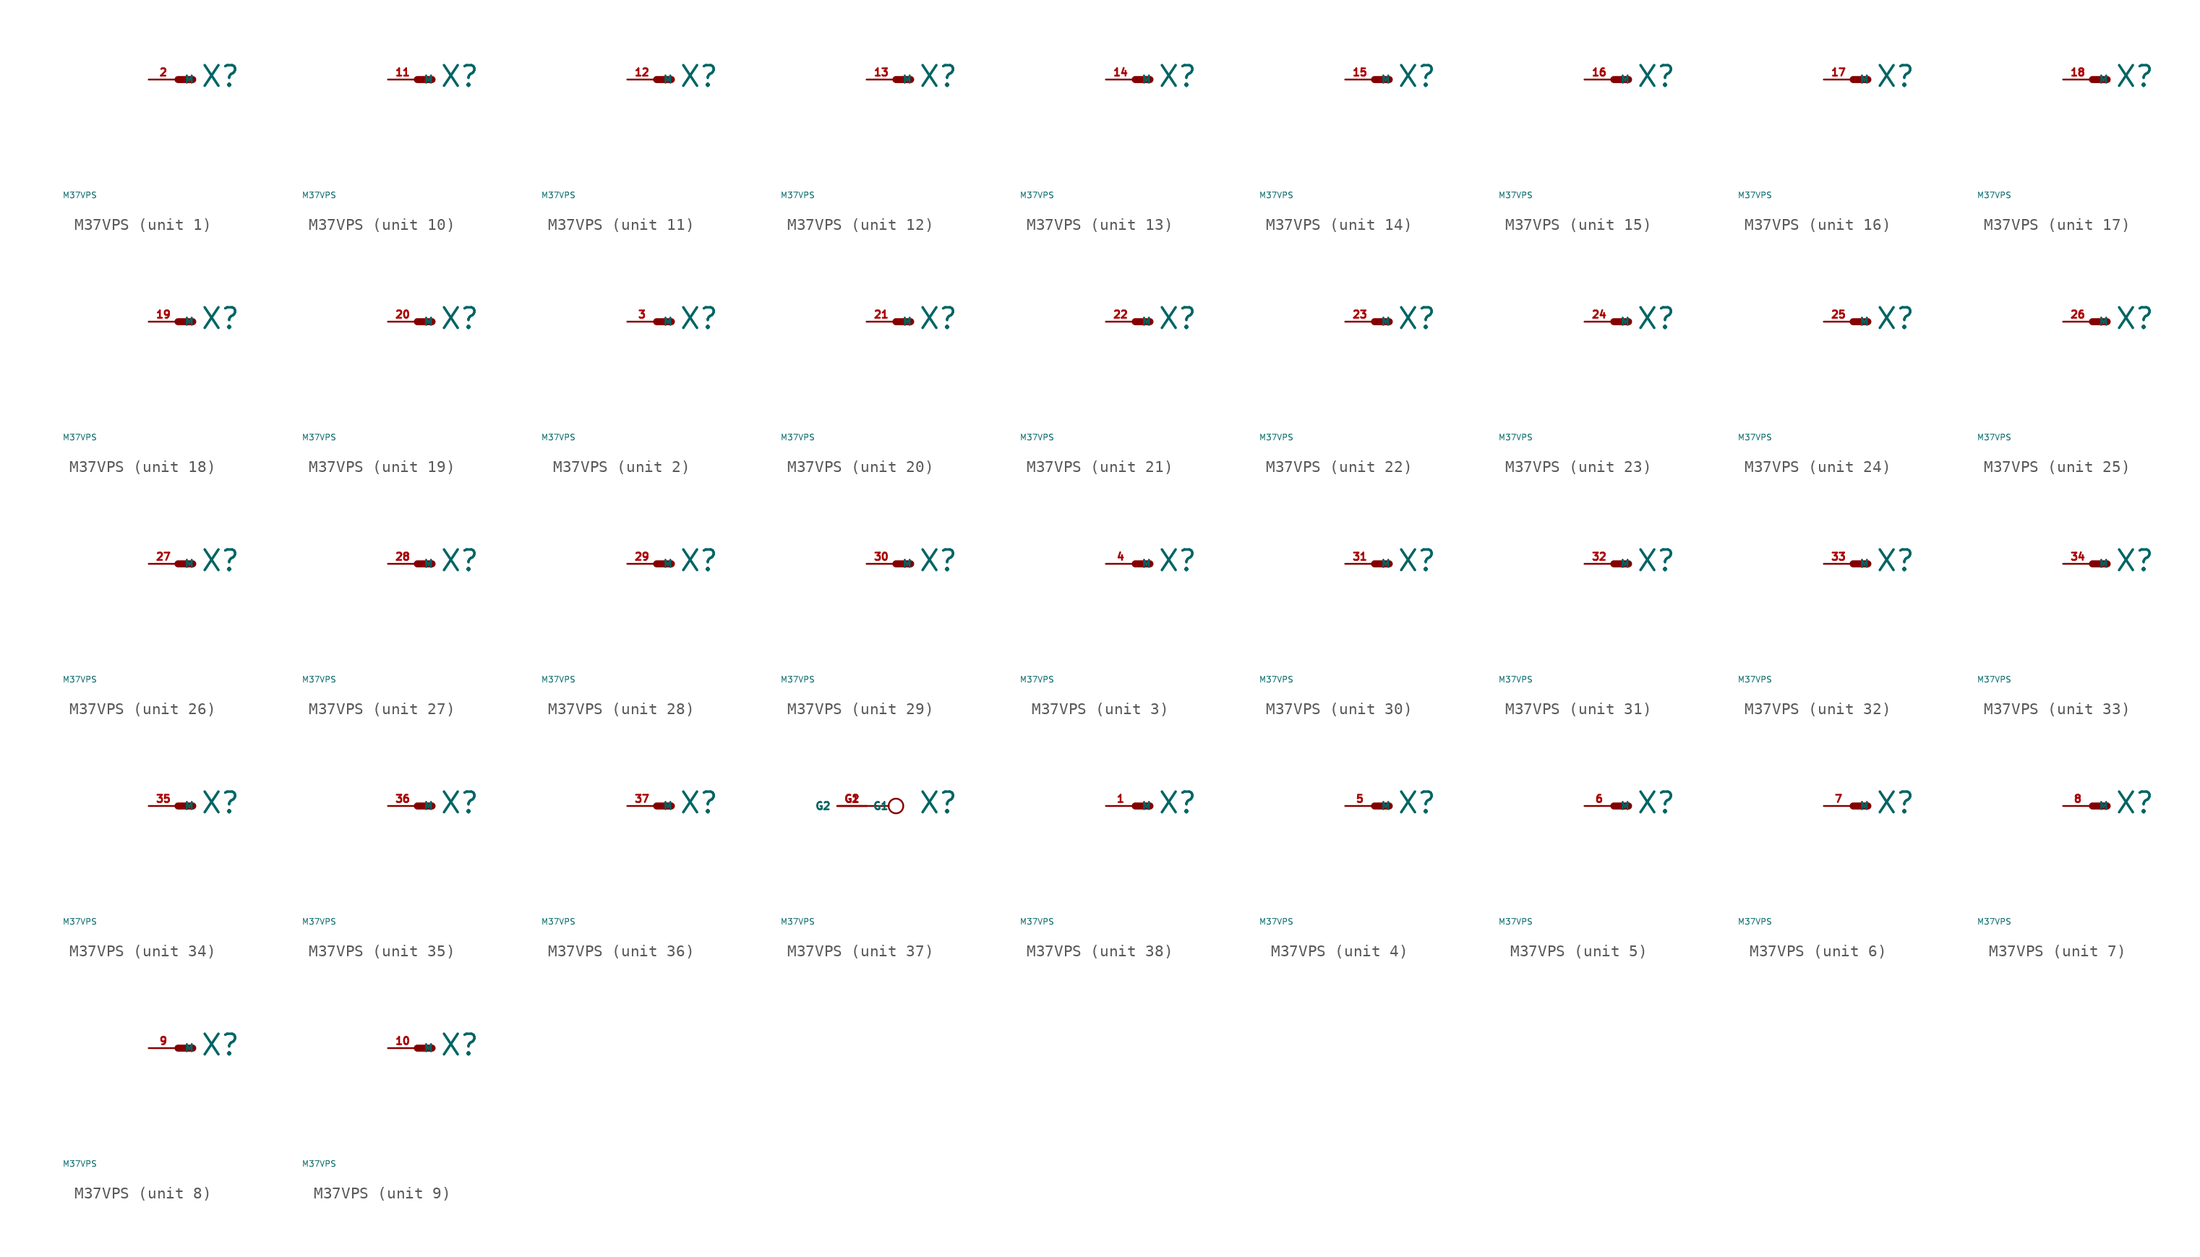
<source format=kicad_sym>
(kicad_symbol_lib
  (version 20220914)
  (generator Eagle2Kicad)
  (symbol "M37VPS"
    (property "Reference" "X"
      (at 1.905 -0.762 0)
      (effects (font (size 1.778 1.778) (thickness 0.22)) (justify left bottom)))
    (property "Value" "M37VPS"
      (at -10 -10 0)
      (effects (font (size 0.5 0.5) (thickness 0.06)) (justify left)))
    (symbol "M37VPS_1_0"
      (polyline (pts (xy 0 0) (xy 1.27 0)) (stroke (width 0.61) (type default)) (fill (type none)))
      (pin passive line (at -2.54 0 0) (length 2.54) (name "M" (effects (font (size 0.635 0.635) (thickness 0.08)) (justify left bottom))) (number "2" (effects (font (size 0.635 0.635) (thickness 0.08)) (justify left bottom)))))
    (symbol "M37VPS_2_0"
      (polyline (pts (xy 0 0) (xy 1.27 0)) (stroke (width 0.61) (type default)) (fill (type none)))
      (pin passive line (at -2.54 0 0) (length 2.54) (name "M" (effects (font (size 0.635 0.635) (thickness 0.08)) (justify left bottom))) (number "3" (effects (font (size 0.635 0.635) (thickness 0.08)) (justify left bottom)))))
    (symbol "M37VPS_3_0"
      (polyline (pts (xy 0 0) (xy 1.27 0)) (stroke (width 0.61) (type default)) (fill (type none)))
      (pin passive line (at -2.54 0 0) (length 2.54) (name "M" (effects (font (size 0.635 0.635) (thickness 0.08)) (justify left bottom))) (number "4" (effects (font (size 0.635 0.635) (thickness 0.08)) (justify left bottom)))))
    (symbol "M37VPS_4_0"
      (polyline (pts (xy 0 0) (xy 1.27 0)) (stroke (width 0.61) (type default)) (fill (type none)))
      (pin passive line (at -2.54 0 0) (length 2.54) (name "M" (effects (font (size 0.635 0.635) (thickness 0.08)) (justify left bottom))) (number "5" (effects (font (size 0.635 0.635) (thickness 0.08)) (justify left bottom)))))
    (symbol "M37VPS_5_0"
      (polyline (pts (xy 0 0) (xy 1.27 0)) (stroke (width 0.61) (type default)) (fill (type none)))
      (pin passive line (at -2.54 0 0) (length 2.54) (name "M" (effects (font (size 0.635 0.635) (thickness 0.08)) (justify left bottom))) (number "6" (effects (font (size 0.635 0.635) (thickness 0.08)) (justify left bottom)))))
    (symbol "M37VPS_6_0"
      (polyline (pts (xy 0 0) (xy 1.27 0)) (stroke (width 0.61) (type default)) (fill (type none)))
      (pin passive line (at -2.54 0 0) (length 2.54) (name "M" (effects (font (size 0.635 0.635) (thickness 0.08)) (justify left bottom))) (number "7" (effects (font (size 0.635 0.635) (thickness 0.08)) (justify left bottom)))))
    (symbol "M37VPS_7_0"
      (polyline (pts (xy 0 0) (xy 1.27 0)) (stroke (width 0.61) (type default)) (fill (type none)))
      (pin passive line (at -2.54 0 0) (length 2.54) (name "M" (effects (font (size 0.635 0.635) (thickness 0.08)) (justify left bottom))) (number "8" (effects (font (size 0.635 0.635) (thickness 0.08)) (justify left bottom)))))
    (symbol "M37VPS_8_0"
      (polyline (pts (xy 0 0) (xy 1.27 0)) (stroke (width 0.61) (type default)) (fill (type none)))
      (pin passive line (at -2.54 0 0) (length 2.54) (name "M" (effects (font (size 0.635 0.635) (thickness 0.08)) (justify left bottom))) (number "9" (effects (font (size 0.635 0.635) (thickness 0.08)) (justify left bottom)))))
    (symbol "M37VPS_9_0"
      (polyline (pts (xy 0 0) (xy 1.27 0)) (stroke (width 0.61) (type default)) (fill (type none)))
      (pin passive line (at -2.54 0 0) (length 2.54) (name "M" (effects (font (size 0.635 0.635) (thickness 0.08)) (justify left bottom))) (number "10" (effects (font (size 0.635 0.635) (thickness 0.08)) (justify left bottom)))))
    (symbol "M37VPS_10_0"
      (polyline (pts (xy 0 0) (xy 1.27 0)) (stroke (width 0.61) (type default)) (fill (type none)))
      (pin passive line (at -2.54 0 0) (length 2.54) (name "M" (effects (font (size 0.635 0.635) (thickness 0.08)) (justify left bottom))) (number "11" (effects (font (size 0.635 0.635) (thickness 0.08)) (justify left bottom)))))
    (symbol "M37VPS_11_0"
      (polyline (pts (xy 0 0) (xy 1.27 0)) (stroke (width 0.61) (type default)) (fill (type none)))
      (pin passive line (at -2.54 0 0) (length 2.54) (name "M" (effects (font (size 0.635 0.635) (thickness 0.08)) (justify left bottom))) (number "12" (effects (font (size 0.635 0.635) (thickness 0.08)) (justify left bottom)))))
    (symbol "M37VPS_12_0"
      (polyline (pts (xy 0 0) (xy 1.27 0)) (stroke (width 0.61) (type default)) (fill (type none)))
      (pin passive line (at -2.54 0 0) (length 2.54) (name "M" (effects (font (size 0.635 0.635) (thickness 0.08)) (justify left bottom))) (number "13" (effects (font (size 0.635 0.635) (thickness 0.08)) (justify left bottom)))))
    (symbol "M37VPS_13_0"
      (polyline (pts (xy 0 0) (xy 1.27 0)) (stroke (width 0.61) (type default)) (fill (type none)))
      (pin passive line (at -2.54 0 0) (length 2.54) (name "M" (effects (font (size 0.635 0.635) (thickness 0.08)) (justify left bottom))) (number "14" (effects (font (size 0.635 0.635) (thickness 0.08)) (justify left bottom)))))
    (symbol "M37VPS_14_0"
      (polyline (pts (xy 0 0) (xy 1.27 0)) (stroke (width 0.61) (type default)) (fill (type none)))
      (pin passive line (at -2.54 0 0) (length 2.54) (name "M" (effects (font (size 0.635 0.635) (thickness 0.08)) (justify left bottom))) (number "15" (effects (font (size 0.635 0.635) (thickness 0.08)) (justify left bottom)))))
    (symbol "M37VPS_15_0"
      (polyline (pts (xy 0 0) (xy 1.27 0)) (stroke (width 0.61) (type default)) (fill (type none)))
      (pin passive line (at -2.54 0 0) (length 2.54) (name "M" (effects (font (size 0.635 0.635) (thickness 0.08)) (justify left bottom))) (number "16" (effects (font (size 0.635 0.635) (thickness 0.08)) (justify left bottom)))))
    (symbol "M37VPS_16_0"
      (polyline (pts (xy 0 0) (xy 1.27 0)) (stroke (width 0.61) (type default)) (fill (type none)))
      (pin passive line (at -2.54 0 0) (length 2.54) (name "M" (effects (font (size 0.635 0.635) (thickness 0.08)) (justify left bottom))) (number "17" (effects (font (size 0.635 0.635) (thickness 0.08)) (justify left bottom)))))
    (symbol "M37VPS_17_0"
      (polyline (pts (xy 0 0) (xy 1.27 0)) (stroke (width 0.61) (type default)) (fill (type none)))
      (pin passive line (at -2.54 0 0) (length 2.54) (name "M" (effects (font (size 0.635 0.635) (thickness 0.08)) (justify left bottom))) (number "18" (effects (font (size 0.635 0.635) (thickness 0.08)) (justify left bottom)))))
    (symbol "M37VPS_18_0"
      (polyline (pts (xy 0 0) (xy 1.27 0)) (stroke (width 0.61) (type default)) (fill (type none)))
      (pin passive line (at -2.54 0 0) (length 2.54) (name "M" (effects (font (size 0.635 0.635) (thickness 0.08)) (justify left bottom))) (number "19" (effects (font (size 0.635 0.635) (thickness 0.08)) (justify left bottom)))))
    (symbol "M37VPS_19_0"
      (polyline (pts (xy 0 0) (xy 1.27 0)) (stroke (width 0.61) (type default)) (fill (type none)))
      (pin passive line (at -2.54 0 0) (length 2.54) (name "M" (effects (font (size 0.635 0.635) (thickness 0.08)) (justify left bottom))) (number "20" (effects (font (size 0.635 0.635) (thickness 0.08)) (justify left bottom)))))
    (symbol "M37VPS_20_0"
      (polyline (pts (xy 0 0) (xy 1.27 0)) (stroke (width 0.61) (type default)) (fill (type none)))
      (pin passive line (at -2.54 0 0) (length 2.54) (name "M" (effects (font (size 0.635 0.635) (thickness 0.08)) (justify left bottom))) (number "21" (effects (font (size 0.635 0.635) (thickness 0.08)) (justify left bottom)))))
    (symbol "M37VPS_21_0"
      (polyline (pts (xy 0 0) (xy 1.27 0)) (stroke (width 0.61) (type default)) (fill (type none)))
      (pin passive line (at -2.54 0 0) (length 2.54) (name "M" (effects (font (size 0.635 0.635) (thickness 0.08)) (justify left bottom))) (number "22" (effects (font (size 0.635 0.635) (thickness 0.08)) (justify left bottom)))))
    (symbol "M37VPS_22_0"
      (polyline (pts (xy 0 0) (xy 1.27 0)) (stroke (width 0.61) (type default)) (fill (type none)))
      (pin passive line (at -2.54 0 0) (length 2.54) (name "M" (effects (font (size 0.635 0.635) (thickness 0.08)) (justify left bottom))) (number "23" (effects (font (size 0.635 0.635) (thickness 0.08)) (justify left bottom)))))
    (symbol "M37VPS_23_0"
      (polyline (pts (xy 0 0) (xy 1.27 0)) (stroke (width 0.61) (type default)) (fill (type none)))
      (pin passive line (at -2.54 0 0) (length 2.54) (name "M" (effects (font (size 0.635 0.635) (thickness 0.08)) (justify left bottom))) (number "24" (effects (font (size 0.635 0.635) (thickness 0.08)) (justify left bottom)))))
    (symbol "M37VPS_24_0"
      (polyline (pts (xy 0 0) (xy 1.27 0)) (stroke (width 0.61) (type default)) (fill (type none)))
      (pin passive line (at -2.54 0 0) (length 2.54) (name "M" (effects (font (size 0.635 0.635) (thickness 0.08)) (justify left bottom))) (number "25" (effects (font (size 0.635 0.635) (thickness 0.08)) (justify left bottom)))))
    (symbol "M37VPS_25_0"
      (polyline (pts (xy 0 0) (xy 1.27 0)) (stroke (width 0.61) (type default)) (fill (type none)))
      (pin passive line (at -2.54 0 0) (length 2.54) (name "M" (effects (font (size 0.635 0.635) (thickness 0.08)) (justify left bottom))) (number "26" (effects (font (size 0.635 0.635) (thickness 0.08)) (justify left bottom)))))
    (symbol "M37VPS_26_0"
      (polyline (pts (xy 0 0) (xy 1.27 0)) (stroke (width 0.61) (type default)) (fill (type none)))
      (pin passive line (at -2.54 0 0) (length 2.54) (name "M" (effects (font (size 0.635 0.635) (thickness 0.08)) (justify left bottom))) (number "27" (effects (font (size 0.635 0.635) (thickness 0.08)) (justify left bottom)))))
    (symbol "M37VPS_27_0"
      (polyline (pts (xy 0 0) (xy 1.27 0)) (stroke (width 0.61) (type default)) (fill (type none)))
      (pin passive line (at -2.54 0 0) (length 2.54) (name "M" (effects (font (size 0.635 0.635) (thickness 0.08)) (justify left bottom))) (number "28" (effects (font (size 0.635 0.635) (thickness 0.08)) (justify left bottom)))))
    (symbol "M37VPS_28_0"
      (polyline (pts (xy 0 0) (xy 1.27 0)) (stroke (width 0.61) (type default)) (fill (type none)))
      (pin passive line (at -2.54 0 0) (length 2.54) (name "M" (effects (font (size 0.635 0.635) (thickness 0.08)) (justify left bottom))) (number "29" (effects (font (size 0.635 0.635) (thickness 0.08)) (justify left bottom)))))
    (symbol "M37VPS_29_0"
      (polyline (pts (xy 0 0) (xy 1.27 0)) (stroke (width 0.61) (type default)) (fill (type none)))
      (pin passive line (at -2.54 0 0) (length 2.54) (name "M" (effects (font (size 0.635 0.635) (thickness 0.08)) (justify left bottom))) (number "30" (effects (font (size 0.635 0.635) (thickness 0.08)) (justify left bottom)))))
    (symbol "M37VPS_30_0"
      (polyline (pts (xy 0 0) (xy 1.27 0)) (stroke (width 0.61) (type default)) (fill (type none)))
      (pin passive line (at -2.54 0 0) (length 2.54) (name "M" (effects (font (size 0.635 0.635) (thickness 0.08)) (justify left bottom))) (number "31" (effects (font (size 0.635 0.635) (thickness 0.08)) (justify left bottom)))))
    (symbol "M37VPS_31_0"
      (polyline (pts (xy 0 0) (xy 1.27 0)) (stroke (width 0.61) (type default)) (fill (type none)))
      (pin passive line (at -2.54 0 0) (length 2.54) (name "M" (effects (font (size 0.635 0.635) (thickness 0.08)) (justify left bottom))) (number "32" (effects (font (size 0.635 0.635) (thickness 0.08)) (justify left bottom)))))
    (symbol "M37VPS_32_0"
      (polyline (pts (xy 0 0) (xy 1.27 0)) (stroke (width 0.61) (type default)) (fill (type none)))
      (pin passive line (at -2.54 0 0) (length 2.54) (name "M" (effects (font (size 0.635 0.635) (thickness 0.08)) (justify left bottom))) (number "33" (effects (font (size 0.635 0.635) (thickness 0.08)) (justify left bottom)))))
    (symbol "M37VPS_33_0"
      (polyline (pts (xy 0 0) (xy 1.27 0)) (stroke (width 0.61) (type default)) (fill (type none)))
      (pin passive line (at -2.54 0 0) (length 2.54) (name "M" (effects (font (size 0.635 0.635) (thickness 0.08)) (justify left bottom))) (number "34" (effects (font (size 0.635 0.635) (thickness 0.08)) (justify left bottom)))))
    (symbol "M37VPS_34_0"
      (polyline (pts (xy 0 0) (xy 1.27 0)) (stroke (width 0.61) (type default)) (fill (type none)))
      (pin passive line (at -2.54 0 0) (length 2.54) (name "M" (effects (font (size 0.635 0.635) (thickness 0.08)) (justify left bottom))) (number "35" (effects (font (size 0.635 0.635) (thickness 0.08)) (justify left bottom)))))
    (symbol "M37VPS_35_0"
      (polyline (pts (xy 0 0) (xy 1.27 0)) (stroke (width 0.61) (type default)) (fill (type none)))
      (pin passive line (at -2.54 0 0) (length 2.54) (name "M" (effects (font (size 0.635 0.635) (thickness 0.08)) (justify left bottom))) (number "36" (effects (font (size 0.635 0.635) (thickness 0.08)) (justify left bottom)))))
    (symbol "M37VPS_36_0"
      (polyline (pts (xy 0 0) (xy 1.27 0)) (stroke (width 0.61) (type default)) (fill (type none)))
      (pin passive line (at -2.54 0 0) (length 2.54) (name "M" (effects (font (size 0.635 0.635) (thickness 0.08)) (justify left bottom))) (number "37" (effects (font (size 0.635 0.635) (thickness 0.08)) (justify left bottom)))))
    (symbol "M37VPS_37_0"
      (polyline (pts (xy -2.54 0) (xy -0.635 0)) (stroke (width 0.152) (type default)) (fill (type none)))
      (circle (center 0 0) (radius 0.635) (stroke (width 0.152) (type default)) (fill (type none)))
      (pin passive line (at -5.08 0 0) (length 2.54) (name "G1" (effects (font (size 0.635 0.635) (thickness 0.08)) (justify left bottom))) (number "G1" (effects (font (size 0.635 0.635) (thickness 0.08)) (justify left bottom))))
      (pin passive line (at -2.54 0 180) (length 2.54) (name "G2" (effects (font (size 0.635 0.635) (thickness 0.08)) (justify left bottom))) (number "G2" (effects (font (size 0.635 0.635) (thickness 0.08)) (justify left bottom)))))
    (symbol "M37VPS_38_0"
      (polyline (pts (xy 0 0) (xy 1.27 0)) (stroke (width 0.61) (type default)) (fill (type none)))
      (pin passive line (at -2.54 0 0) (length 2.54) (name "M" (effects (font (size 0.635 0.635) (thickness 0.08)) (justify left bottom))) (number "1" (effects (font (size 0.635 0.635) (thickness 0.08)) (justify left bottom)))))))
</source>
